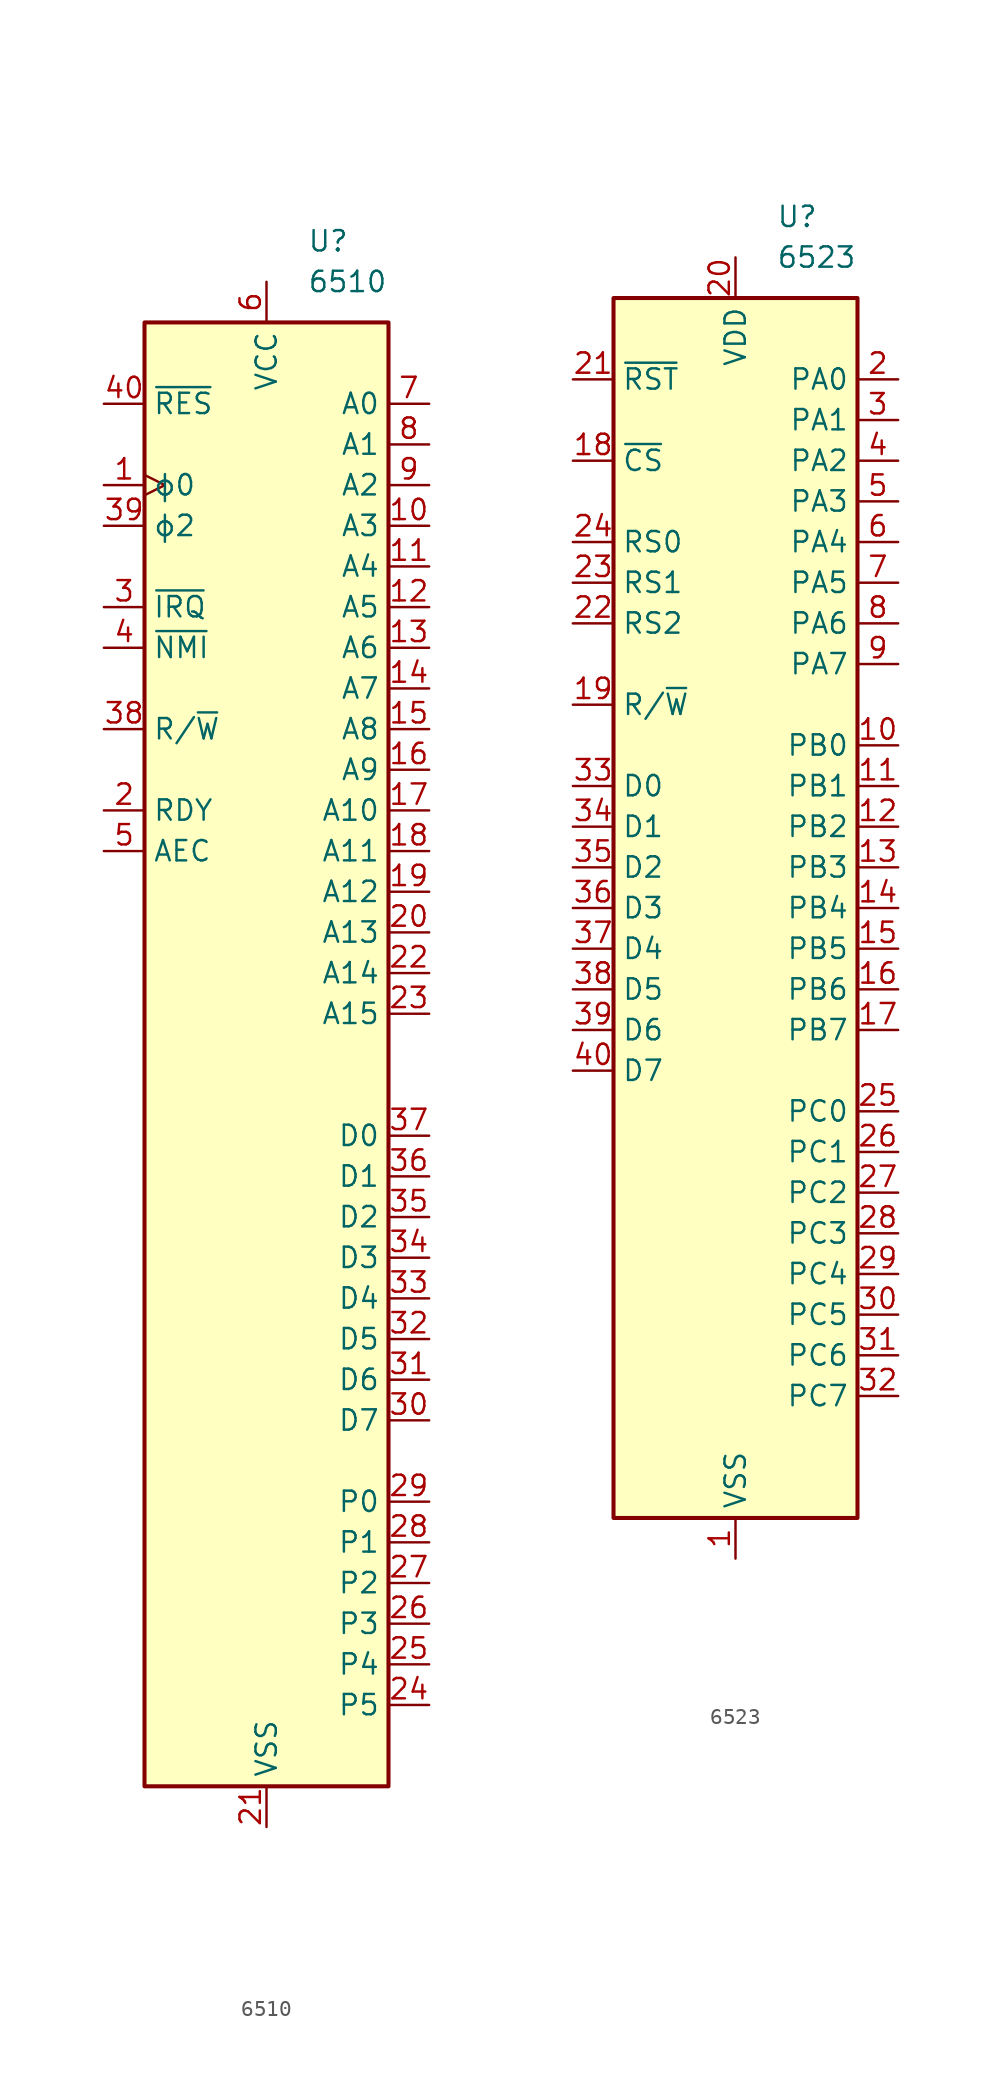
<source format=kicad_sym>
(kicad_symbol_lib
  (version 20231120)
  (generator "kicad_symbol_editor")
  (generator_version "8.0")
  (symbol "6510"
    (property "Reference" "U"
      (at 2.54 50.8 0)
      (effects (font (size 1.27 1.27)) (justify left)))
    (property "Value" "6510"
      (at 2.54 48.26 0)
      (effects (font (size 1.27 1.27)) (justify left)))
    (symbol "6510_0_1"
      (rectangle (start -7.62 45.72) (end 7.62 -45.72) (stroke (width 0.254) (type default)) (fill (type background))))
    (symbol "6510_1_1"
      (pin input clock (at -10.16 35.56 0) (length 2.54) (name "ϕ0" (effects (font (size 1.27 1.27)))) (number "1" (effects (font (size 1.27 1.27)))))
      (pin tri_state line (at 10.16 33.02 180) (length 2.54) (name "A3" (effects (font (size 1.27 1.27)))) (number "10" (effects (font (size 1.27 1.27)))))
      (pin tri_state line (at 10.16 30.48 180) (length 2.54) (name "A4" (effects (font (size 1.27 1.27)))) (number "11" (effects (font (size 1.27 1.27)))))
      (pin tri_state line (at 10.16 27.94 180) (length 2.54) (name "A5" (effects (font (size 1.27 1.27)))) (number "12" (effects (font (size 1.27 1.27)))))
      (pin tri_state line (at 10.16 25.4 180) (length 2.54) (name "A6" (effects (font (size 1.27 1.27)))) (number "13" (effects (font (size 1.27 1.27)))))
      (pin tri_state line (at 10.16 22.86 180) (length 2.54) (name "A7" (effects (font (size 1.27 1.27)))) (number "14" (effects (font (size 1.27 1.27)))))
      (pin tri_state line (at 10.16 20.32 180) (length 2.54) (name "A8" (effects (font (size 1.27 1.27)))) (number "15" (effects (font (size 1.27 1.27)))))
      (pin tri_state line (at 10.16 17.78 180) (length 2.54) (name "A9" (effects (font (size 1.27 1.27)))) (number "16" (effects (font (size 1.27 1.27)))))
      (pin tri_state line (at 10.16 15.24 180) (length 2.54) (name "A10" (effects (font (size 1.27 1.27)))) (number "17" (effects (font (size 1.27 1.27)))))
      (pin tri_state line (at 10.16 12.7 180) (length 2.54) (name "A11" (effects (font (size 1.27 1.27)))) (number "18" (effects (font (size 1.27 1.27)))))
      (pin tri_state line (at 10.16 10.16 180) (length 2.54) (name "A12" (effects (font (size 1.27 1.27)))) (number "19" (effects (font (size 1.27 1.27)))))
      (pin input line (at -10.16 15.24 0) (length 2.54) (name "RDY" (effects (font (size 1.27 1.27)))) (number "2" (effects (font (size 1.27 1.27)))))
      (pin tri_state line (at 10.16 7.62 180) (length 2.54) (name "A13" (effects (font (size 1.27 1.27)))) (number "20" (effects (font (size 1.27 1.27)))))
      (pin power_in line (at 0 -48.26 90) (length 2.54) (name "VSS" (effects (font (size 1.27 1.27)))) (number "21" (effects (font (size 1.27 1.27)))))
      (pin tri_state line (at 10.16 5.08 180) (length 2.54) (name "A14" (effects (font (size 1.27 1.27)))) (number "22" (effects (font (size 1.27 1.27)))))
      (pin tri_state line (at 10.16 2.54 180) (length 2.54) (name "A15" (effects (font (size 1.27 1.27)))) (number "23" (effects (font (size 1.27 1.27)))))
      (pin bidirectional line (at 10.16 -40.64 180) (length 2.54) (name "P5" (effects (font (size 1.27 1.27)))) (number "24" (effects (font (size 1.27 1.27)))))
      (pin bidirectional line (at 10.16 -38.1 180) (length 2.54) (name "P4" (effects (font (size 1.27 1.27)))) (number "25" (effects (font (size 1.27 1.27)))))
      (pin bidirectional line (at 10.16 -35.56 180) (length 2.54) (name "P3" (effects (font (size 1.27 1.27)))) (number "26" (effects (font (size 1.27 1.27)))))
      (pin bidirectional line (at 10.16 -33.02 180) (length 2.54) (name "P2" (effects (font (size 1.27 1.27)))) (number "27" (effects (font (size 1.27 1.27)))))
      (pin bidirectional line (at 10.16 -30.48 180) (length 2.54) (name "P1" (effects (font (size 1.27 1.27)))) (number "28" (effects (font (size 1.27 1.27)))))
      (pin bidirectional line (at 10.16 -27.94 180) (length 2.54) (name "P0" (effects (font (size 1.27 1.27)))) (number "29" (effects (font (size 1.27 1.27)))))
      (pin input line (at -10.16 27.94 0) (length 2.54) (name "~{IRQ}" (effects (font (size 1.27 1.27)))) (number "3" (effects (font (size 1.27 1.27)))))
      (pin bidirectional line (at 10.16 -22.86 180) (length 2.54) (name "D7" (effects (font (size 1.27 1.27)))) (number "30" (effects (font (size 1.27 1.27)))))
      (pin bidirectional line (at 10.16 -20.32 180) (length 2.54) (name "D6" (effects (font (size 1.27 1.27)))) (number "31" (effects (font (size 1.27 1.27)))))
      (pin bidirectional line (at 10.16 -17.78 180) (length 2.54) (name "D5" (effects (font (size 1.27 1.27)))) (number "32" (effects (font (size 1.27 1.27)))))
      (pin bidirectional line (at 10.16 -15.24 180) (length 2.54) (name "D4" (effects (font (size 1.27 1.27)))) (number "33" (effects (font (size 1.27 1.27)))))
      (pin bidirectional line (at 10.16 -12.7 180) (length 2.54) (name "D3" (effects (font (size 1.27 1.27)))) (number "34" (effects (font (size 1.27 1.27)))))
      (pin bidirectional line (at 10.16 -10.16 180) (length 2.54) (name "D2" (effects (font (size 1.27 1.27)))) (number "35" (effects (font (size 1.27 1.27)))))
      (pin bidirectional line (at 10.16 -7.62 180) (length 2.54) (name "D1" (effects (font (size 1.27 1.27)))) (number "36" (effects (font (size 1.27 1.27)))))
      (pin bidirectional line (at 10.16 -5.08 180) (length 2.54) (name "D0" (effects (font (size 1.27 1.27)))) (number "37" (effects (font (size 1.27 1.27)))))
      (pin tri_state line (at -10.16 20.32 0) (length 2.54) (name "R/~{W}" (effects (font (size 1.27 1.27)))) (number "38" (effects (font (size 1.27 1.27)))))
      (pin output line (at -10.16 33.02 0) (length 2.54) (name "ϕ2" (effects (font (size 1.27 1.27)))) (number "39" (effects (font (size 1.27 1.27)))))
      (pin input line (at -10.16 25.4 0) (length 2.54) (name "~{NMI}" (effects (font (size 1.27 1.27)))) (number "4" (effects (font (size 1.27 1.27)))))
      (pin input line (at -10.16 40.64 0) (length 2.54) (name "~{RES}" (effects (font (size 1.27 1.27)))) (number "40" (effects (font (size 1.27 1.27)))))
      (pin input line (at -10.16 12.7 0) (length 2.54) (name "AEC" (effects (font (size 1.27 1.27)))) (number "5" (effects (font (size 1.27 1.27)))))
      (pin power_in line (at 0 48.26 270) (length 2.54) (name "VCC" (effects (font (size 1.27 1.27)))) (number "6" (effects (font (size 1.27 1.27)))))
      (pin tri_state line (at 10.16 40.64 180) (length 2.54) (name "A0" (effects (font (size 1.27 1.27)))) (number "7" (effects (font (size 1.27 1.27)))))
      (pin tri_state line (at 10.16 38.1 180) (length 2.54) (name "A1" (effects (font (size 1.27 1.27)))) (number "8" (effects (font (size 1.27 1.27)))))
      (pin tri_state line (at 10.16 35.56 180) (length 2.54) (name "A2" (effects (font (size 1.27 1.27)))) (number "9" (effects (font (size 1.27 1.27)))))))
  (symbol "6523"
    (property "Reference" "U"
      (at 2.54 43.18 0)
      (effects (font (size 1.27 1.27)) (justify left)))
    (property "Value" "6523"
      (at 2.54 40.64 0)
      (effects (font (size 1.27 1.27)) (justify left)))
    (symbol "6523_0_1"
      (rectangle (start -7.62 38.1) (end 7.62 -38.1) (stroke (width 0.254) (type default)) (fill (type background))))
    (symbol "6523_1_1"
      (pin power_in line (at 0 -40.64 90) (length 2.54) (name "VSS" (effects (font (size 1.27 1.27)))) (number "1" (effects (font (size 1.27 1.27)))))
      (pin bidirectional line (at 10.16 10.16 180) (length 2.54) (name "PB0" (effects (font (size 1.27 1.27)))) (number "10" (effects (font (size 1.27 1.27)))))
      (pin bidirectional line (at 10.16 7.62 180) (length 2.54) (name "PB1" (effects (font (size 1.27 1.27)))) (number "11" (effects (font (size 1.27 1.27)))))
      (pin bidirectional line (at 10.16 5.08 180) (length 2.54) (name "PB2" (effects (font (size 1.27 1.27)))) (number "12" (effects (font (size 1.27 1.27)))))
      (pin bidirectional line (at 10.16 2.54 180) (length 2.54) (name "PB3" (effects (font (size 1.27 1.27)))) (number "13" (effects (font (size 1.27 1.27)))))
      (pin bidirectional line (at 10.16 0 180) (length 2.54) (name "PB4" (effects (font (size 1.27 1.27)))) (number "14" (effects (font (size 1.27 1.27)))))
      (pin bidirectional line (at 10.16 -2.54 180) (length 2.54) (name "PB5" (effects (font (size 1.27 1.27)))) (number "15" (effects (font (size 1.27 1.27)))))
      (pin bidirectional line (at 10.16 -5.08 180) (length 2.54) (name "PB6" (effects (font (size 1.27 1.27)))) (number "16" (effects (font (size 1.27 1.27)))))
      (pin bidirectional line (at 10.16 -7.62 180) (length 2.54) (name "PB7" (effects (font (size 1.27 1.27)))) (number "17" (effects (font (size 1.27 1.27)))))
      (pin input line (at -10.16 27.94 0) (length 2.54) (name "~{CS}" (effects (font (size 1.27 1.27)))) (number "18" (effects (font (size 1.27 1.27)))))
      (pin input line (at -10.16 12.7 0) (length 2.54) (name "R/~{W}" (effects (font (size 1.27 1.27)))) (number "19" (effects (font (size 1.27 1.27)))))
      (pin bidirectional line (at 10.16 33.02 180) (length 2.54) (name "PA0" (effects (font (size 1.27 1.27)))) (number "2" (effects (font (size 1.27 1.27)))))
      (pin power_in line (at 0 40.64 270) (length 2.54) (name "VDD" (effects (font (size 1.27 1.27)))) (number "20" (effects (font (size 1.27 1.27)))))
      (pin input line (at -10.16 33.02 0) (length 2.54) (name "~{RST}" (effects (font (size 1.27 1.27)))) (number "21" (effects (font (size 1.27 1.27)))))
      (pin input line (at -10.16 17.78 0) (length 2.54) (name "RS2" (effects (font (size 1.27 1.27)))) (number "22" (effects (font (size 1.27 1.27)))))
      (pin input line (at -10.16 20.32 0) (length 2.54) (name "RS1" (effects (font (size 1.27 1.27)))) (number "23" (effects (font (size 1.27 1.27)))))
      (pin input line (at -10.16 22.86 0) (length 2.54) (name "RS0" (effects (font (size 1.27 1.27)))) (number "24" (effects (font (size 1.27 1.27)))))
      (pin bidirectional line (at 10.16 -12.7 180) (length 2.54) (name "PC0" (effects (font (size 1.27 1.27)))) (number "25" (effects (font (size 1.27 1.27)))))
      (pin bidirectional line (at 10.16 -15.24 180) (length 2.54) (name "PC1" (effects (font (size 1.27 1.27)))) (number "26" (effects (font (size 1.27 1.27)))))
      (pin bidirectional line (at 10.16 -17.78 180) (length 2.54) (name "PC2" (effects (font (size 1.27 1.27)))) (number "27" (effects (font (size 1.27 1.27)))))
      (pin bidirectional line (at 10.16 -20.32 180) (length 2.54) (name "PC3" (effects (font (size 1.27 1.27)))) (number "28" (effects (font (size 1.27 1.27)))))
      (pin bidirectional line (at 10.16 -22.86 180) (length 2.54) (name "PC4" (effects (font (size 1.27 1.27)))) (number "29" (effects (font (size 1.27 1.27)))))
      (pin bidirectional line (at 10.16 30.48 180) (length 2.54) (name "PA1" (effects (font (size 1.27 1.27)))) (number "3" (effects (font (size 1.27 1.27)))))
      (pin bidirectional line (at 10.16 -25.4 180) (length 2.54) (name "PC5" (effects (font (size 1.27 1.27)))) (number "30" (effects (font (size 1.27 1.27)))))
      (pin bidirectional line (at 10.16 -27.94 180) (length 2.54) (name "PC6" (effects (font (size 1.27 1.27)))) (number "31" (effects (font (size 1.27 1.27)))))
      (pin bidirectional line (at 10.16 -30.48 180) (length 2.54) (name "PC7" (effects (font (size 1.27 1.27)))) (number "32" (effects (font (size 1.27 1.27)))))
      (pin bidirectional line (at -10.16 7.62 0) (length 2.54) (name "D0" (effects (font (size 1.27 1.27)))) (number "33" (effects (font (size 1.27 1.27)))))
      (pin bidirectional line (at -10.16 5.08 0) (length 2.54) (name "D1" (effects (font (size 1.27 1.27)))) (number "34" (effects (font (size 1.27 1.27)))))
      (pin bidirectional line (at -10.16 2.54 0) (length 2.54) (name "D2" (effects (font (size 1.27 1.27)))) (number "35" (effects (font (size 1.27 1.27)))))
      (pin bidirectional line (at -10.16 0 0) (length 2.54) (name "D3" (effects (font (size 1.27 1.27)))) (number "36" (effects (font (size 1.27 1.27)))))
      (pin bidirectional line (at -10.16 -2.54 0) (length 2.54) (name "D4" (effects (font (size 1.27 1.27)))) (number "37" (effects (font (size 1.27 1.27)))))
      (pin bidirectional line (at -10.16 -5.08 0) (length 2.54) (name "D5" (effects (font (size 1.27 1.27)))) (number "38" (effects (font (size 1.27 1.27)))))
      (pin bidirectional line (at -10.16 -7.62 0) (length 2.54) (name "D6" (effects (font (size 1.27 1.27)))) (number "39" (effects (font (size 1.27 1.27)))))
      (pin bidirectional line (at 10.16 27.94 180) (length 2.54) (name "PA2" (effects (font (size 1.27 1.27)))) (number "4" (effects (font (size 1.27 1.27)))))
      (pin bidirectional line (at -10.16 -10.16 0) (length 2.54) (name "D7" (effects (font (size 1.27 1.27)))) (number "40" (effects (font (size 1.27 1.27)))))
      (pin bidirectional line (at 10.16 25.4 180) (length 2.54) (name "PA3" (effects (font (size 1.27 1.27)))) (number "5" (effects (font (size 1.27 1.27)))))
      (pin bidirectional line (at 10.16 22.86 180) (length 2.54) (name "PA4" (effects (font (size 1.27 1.27)))) (number "6" (effects (font (size 1.27 1.27)))))
      (pin bidirectional line (at 10.16 20.32 180) (length 2.54) (name "PA5" (effects (font (size 1.27 1.27)))) (number "7" (effects (font (size 1.27 1.27)))))
      (pin bidirectional line (at 10.16 17.78 180) (length 2.54) (name "PA6" (effects (font (size 1.27 1.27)))) (number "8" (effects (font (size 1.27 1.27)))))
      (pin bidirectional line (at 10.16 15.24 180) (length 2.54) (name "PA7" (effects (font (size 1.27 1.27)))) (number "9" (effects (font (size 1.27 1.27))))))))
</source>
